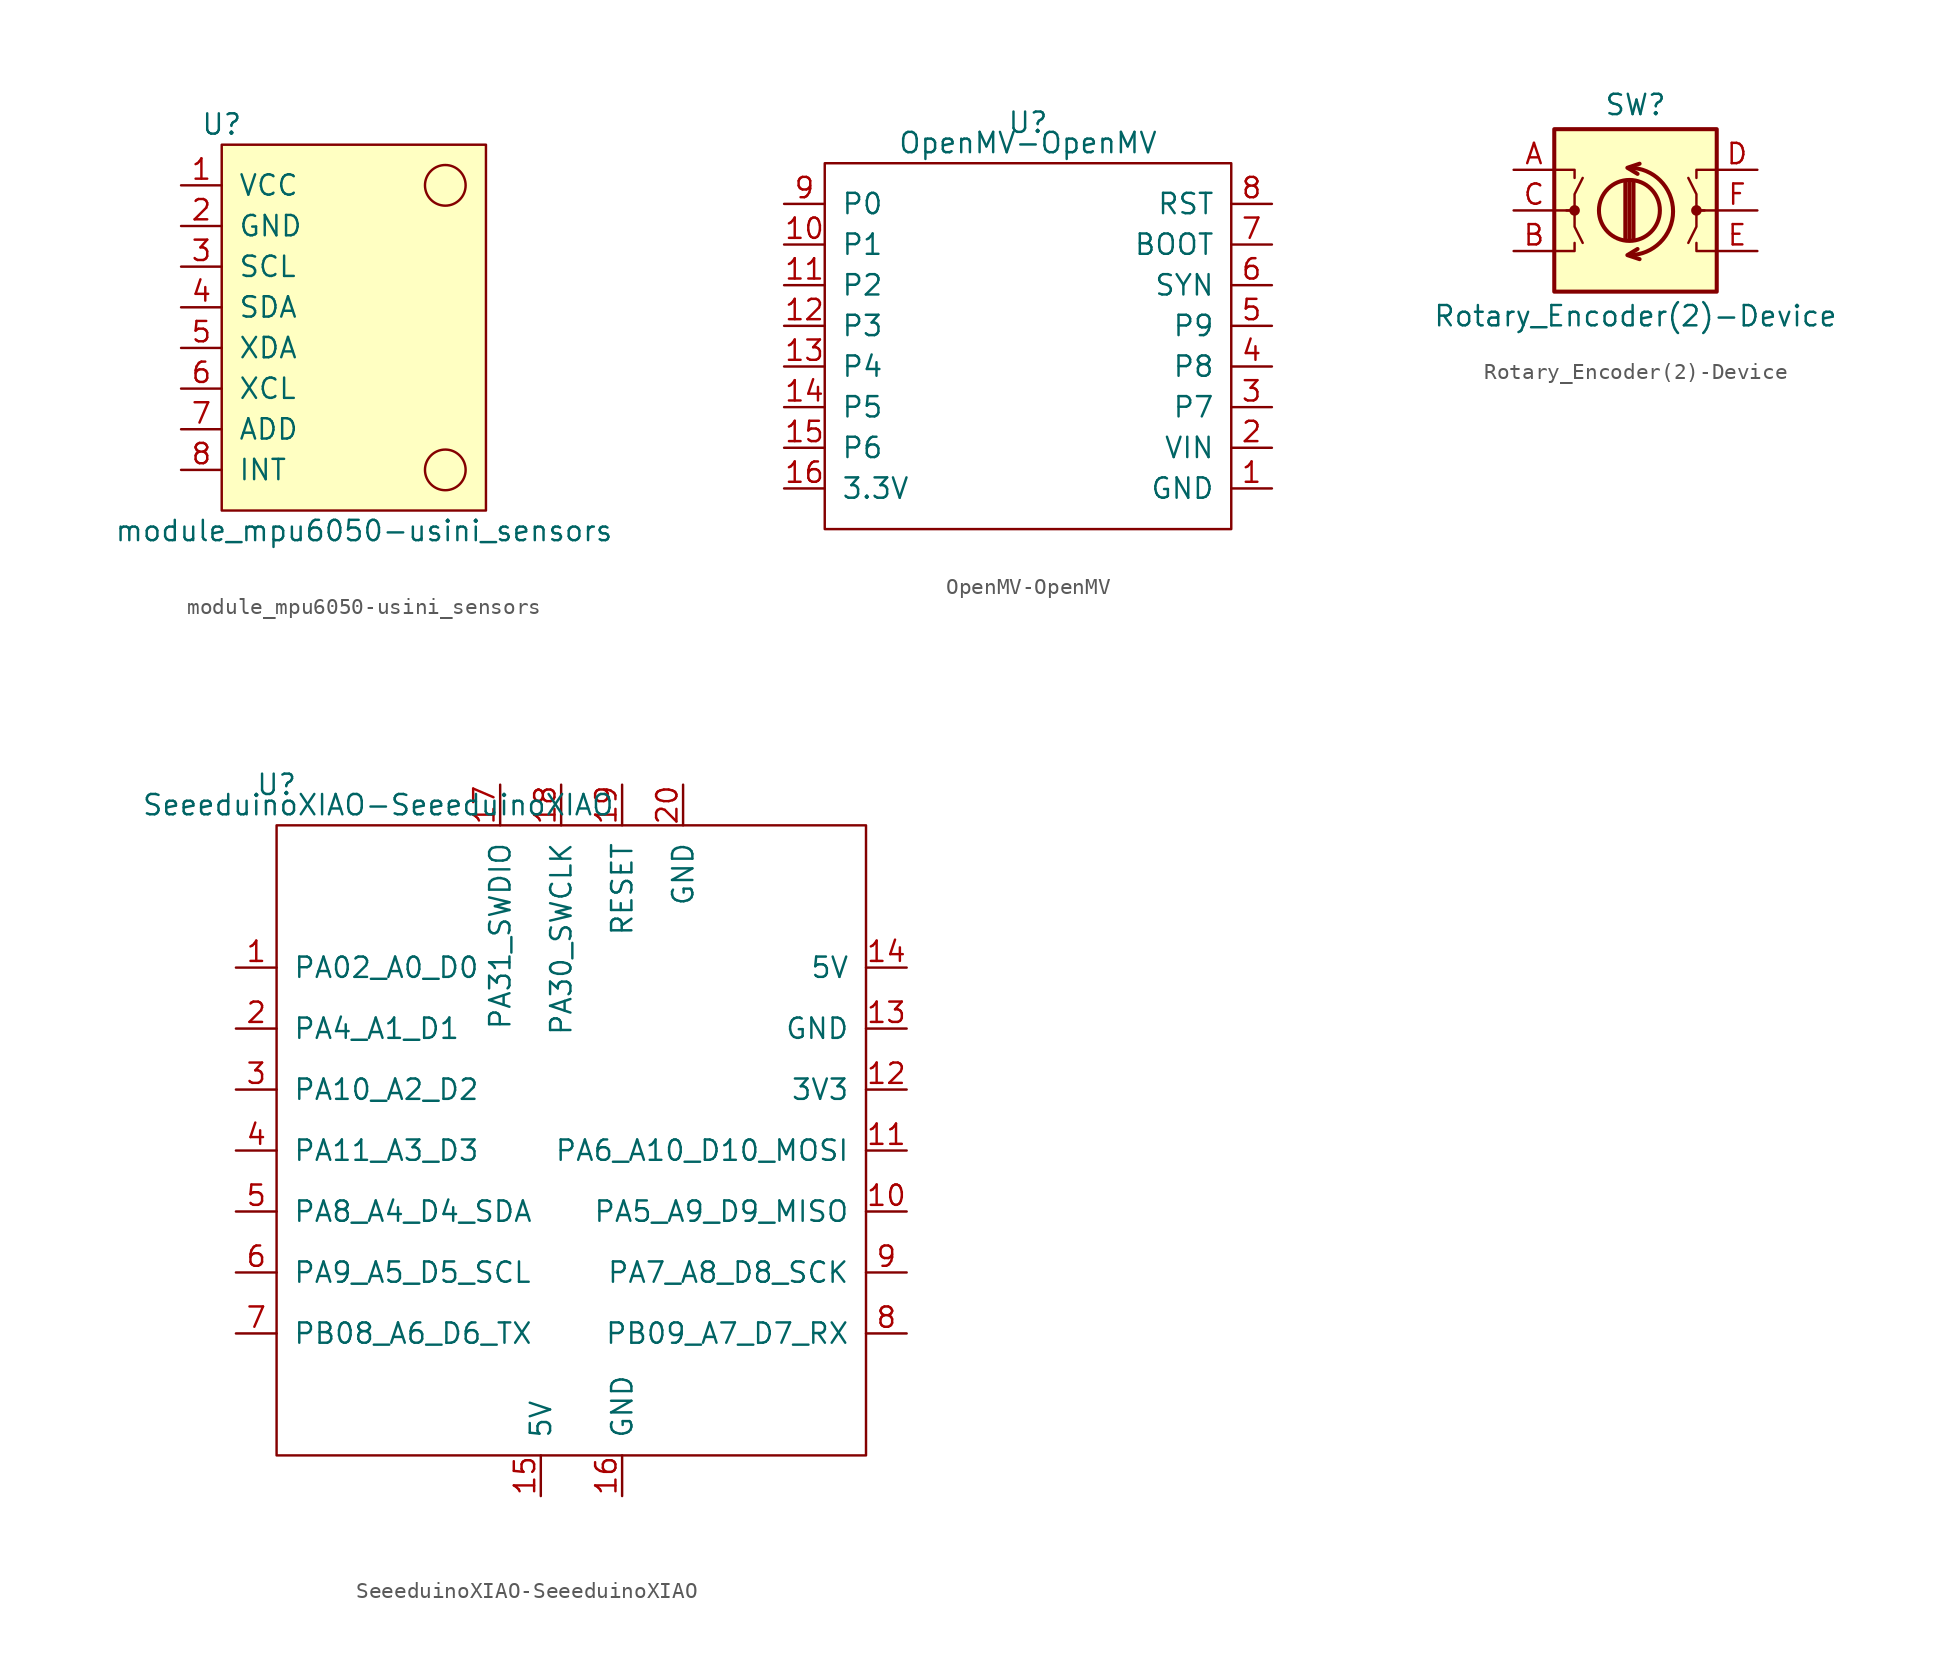
<source format=kicad_sym>
(kicad_symbol_lib
  (version 20211014)
  (generator kicad_symbol_editor)
  (symbol "module_mpu6050-usini_sensors"
    (pin_names
      (offset 1.016))
    (property "Reference" "U"
      (at 2.54 21.59 0)
      (effects (font (size 1.27 1.27))))
    (property "Value" "module_mpu6050-usini_sensors"
      (at 11.43 -3.81 0)
      (effects (font (size 1.27 1.27))))
    (symbol "module_mpu6050-usini_sensors_0_1"
      (rectangle (start 2.54 20.32) (end 19.05 -2.54) (stroke (width 0) (type default) (color 0 0 0 0)) (fill (type background)))
      (circle (center 16.51 0) (radius 1.27) (stroke (width 0) (type default) (color 0 0 0 0)) (fill (type none)))
      (circle (center 16.51 17.78) (radius 1.27) (stroke (width 0) (type default) (color 0 0 0 0)) (fill (type none))))
    (symbol "module_mpu6050-usini_sensors_1_1"
      (pin input line (at 0 17.78 0) (length 2.54) (name "VCC" (effects (font (size 1.27 1.27)))) (number "1" (effects (font (size 1.27 1.27)))))
      (pin input line (at 0 15.24 0) (length 2.54) (name "GND" (effects (font (size 1.27 1.27)))) (number "2" (effects (font (size 1.27 1.27)))))
      (pin input line (at 0 12.7 0) (length 2.54) (name "SCL" (effects (font (size 1.27 1.27)))) (number "3" (effects (font (size 1.27 1.27)))))
      (pin input line (at 0 10.16 0) (length 2.54) (name "SDA" (effects (font (size 1.27 1.27)))) (number "4" (effects (font (size 1.27 1.27)))))
      (pin input line (at 0 7.62 0) (length 2.54) (name "XDA" (effects (font (size 1.27 1.27)))) (number "5" (effects (font (size 1.27 1.27)))))
      (pin input line (at 0 5.08 0) (length 2.54) (name "XCL" (effects (font (size 1.27 1.27)))) (number "6" (effects (font (size 1.27 1.27)))))
      (pin input line (at 0 2.54 0) (length 2.54) (name "ADD" (effects (font (size 1.27 1.27)))) (number "7" (effects (font (size 1.27 1.27)))))
      (pin input line (at 0 0 0) (length 2.54) (name "INT" (effects (font (size 1.27 1.27)))) (number "8" (effects (font (size 1.27 1.27)))))))
  (symbol "OpenMV-OpenMV"
    (pin_names
      (offset 1.016))
    (property "Reference" "U"
      (at 0 8.89 0)
      (effects (font (size 1.27 1.27))))
    (property "Value" "OpenMV-OpenMV"
      (at 0 7.62 0)
      (effects (font (size 1.27 1.27))))
    (symbol "OpenMV-OpenMV_0_1"
      (rectangle (start -12.7 6.35) (end 12.7 -16.51) (stroke (width 0) (type default) (color 0 0 0 0)) (fill (type none))))
    (symbol "OpenMV-OpenMV_1_1"
      (pin power_in line (at 15.24 -13.97 180) (length 2.54) (name "GND" (effects (font (size 1.27 1.27)))) (number "1" (effects (font (size 1.27 1.27)))))
      (pin unspecified line (at -15.24 1.27 0) (length 2.54) (name "P1" (effects (font (size 1.27 1.27)))) (number "10" (effects (font (size 1.27 1.27)))))
      (pin unspecified line (at -15.24 -1.27 0) (length 2.54) (name "P2" (effects (font (size 1.27 1.27)))) (number "11" (effects (font (size 1.27 1.27)))))
      (pin unspecified line (at -15.24 -3.81 0) (length 2.54) (name "P3" (effects (font (size 1.27 1.27)))) (number "12" (effects (font (size 1.27 1.27)))))
      (pin unspecified line (at -15.24 -6.35 0) (length 2.54) (name "P4" (effects (font (size 1.27 1.27)))) (number "13" (effects (font (size 1.27 1.27)))))
      (pin unspecified line (at -15.24 -8.89 0) (length 2.54) (name "P5" (effects (font (size 1.27 1.27)))) (number "14" (effects (font (size 1.27 1.27)))))
      (pin unspecified line (at -15.24 -11.43 0) (length 2.54) (name "P6" (effects (font (size 1.27 1.27)))) (number "15" (effects (font (size 1.27 1.27)))))
      (pin unspecified line (at -15.24 -13.97 0) (length 2.54) (name "3.3V" (effects (font (size 1.27 1.27)))) (number "16" (effects (font (size 1.27 1.27)))))
      (pin power_in line (at 15.24 -11.43 180) (length 2.54) (name "VIN" (effects (font (size 1.27 1.27)))) (number "2" (effects (font (size 1.27 1.27)))))
      (pin unspecified line (at 15.24 -8.89 180) (length 2.54) (name "P7" (effects (font (size 1.27 1.27)))) (number "3" (effects (font (size 1.27 1.27)))))
      (pin unspecified line (at 15.24 -6.35 180) (length 2.54) (name "P8" (effects (font (size 1.27 1.27)))) (number "4" (effects (font (size 1.27 1.27)))))
      (pin unspecified line (at 15.24 -3.81 180) (length 2.54) (name "P9" (effects (font (size 1.27 1.27)))) (number "5" (effects (font (size 1.27 1.27)))))
      (pin unspecified line (at 15.24 -1.27 180) (length 2.54) (name "SYN" (effects (font (size 1.27 1.27)))) (number "6" (effects (font (size 1.27 1.27)))))
      (pin unspecified line (at 15.24 1.27 180) (length 2.54) (name "BOOT" (effects (font (size 1.27 1.27)))) (number "7" (effects (font (size 1.27 1.27)))))
      (pin unspecified line (at 15.24 3.81 180) (length 2.54) (name "RST" (effects (font (size 1.27 1.27)))) (number "8" (effects (font (size 1.27 1.27)))))
      (pin unspecified line (at -15.24 3.81 0) (length 2.54) (name "P0" (effects (font (size 1.27 1.27)))) (number "9" (effects (font (size 1.27 1.27)))))))
  (symbol "Rotary_Encoder(2)-Device"
    (pin_names
      (offset 0.254) hide)
    (property "Reference" "SW"
      (at 0 6.604 0)
      (effects (font (size 1.27 1.27))))
    (property "Value" "Rotary_Encoder(2)-Device"
      (at 0 -6.604 0)
      (effects (font (size 1.27 1.27))))
    (symbol "Rotary_Encoder(2)-Device_0_1"
      (rectangle (start -5.08 5.08) (end 5.08 -5.08) (stroke (width 0.254) (type default) (color 0 0 0 0)) (fill (type background)))
      (circle (center -3.81 0) (radius 0.254) (stroke (width 0) (type default) (color 0 0 0 0)) (fill (type outline)))
      (arc (start -0.381 -2.794) (mid 2.3622 -0.0508) (end -0.381 2.667) (stroke (width 0.254) (type default) (color 0 0 0 0)) (fill (type none)))
      (circle (center -0.381 0) (radius 1.905) (stroke (width 0.254) (type default) (color 0 0 0 0)) (fill (type none)))
      (polyline (pts (xy -0.635 -1.778) (xy -0.635 1.778)) (stroke (width 0.254) (type default) (color 0 0 0 0)) (fill (type none)))
      (polyline (pts (xy -0.381 -1.778) (xy -0.381 1.778)) (stroke (width 0.254) (type default) (color 0 0 0 0)) (fill (type none)))
      (polyline (pts (xy -0.127 1.778) (xy -0.127 -1.778)) (stroke (width 0.254) (type default) (color 0 0 0 0)) (fill (type none)))
      (polyline (pts (xy -5.08 -2.54) (xy -3.81 -2.54) (xy -3.81 -2.032)) (stroke (width 0) (type default) (color 0 0 0 0)) (fill (type none)))
      (polyline (pts (xy -5.08 2.54) (xy -3.81 2.54) (xy -3.81 2.032)) (stroke (width 0) (type default) (color 0 0 0 0)) (fill (type none)))
      (polyline (pts (xy 0.254 -3.048) (xy -0.508 -2.794) (xy 0.127 -2.413)) (stroke (width 0.254) (type default) (color 0 0 0 0)) (fill (type none)))
      (polyline (pts (xy 0.254 2.921) (xy -0.508 2.667) (xy 0.127 2.286)) (stroke (width 0.254) (type default) (color 0 0 0 0)) (fill (type none)))
      (polyline (pts (xy -5.08 0) (xy -3.81 0) (xy -3.81 -1.016) (xy -3.302 -2.032)) (stroke (width 0) (type default) (color 0 0 0 0)) (fill (type none)))
      (polyline (pts (xy -4.318 0) (xy -3.81 0) (xy -3.81 1.016) (xy -3.302 2.032)) (stroke (width 0) (type default) (color 0 0 0 0)) (fill (type none))))
    (symbol "Rotary_Encoder(2)-Device_1_1"
      (polyline (pts (xy 5.08 -2.54) (xy 3.81 -2.54) (xy 3.81 -2.032)) (stroke (width 0) (type default) (color 0 0 0 0)) (fill (type none)))
      (polyline (pts (xy 5.08 2.54) (xy 3.81 2.54) (xy 3.81 2.032)) (stroke (width 0) (type default) (color 0 0 0 0)) (fill (type none)))
      (polyline (pts (xy 4.318 0) (xy 3.81 0) (xy 3.81 -1.016) (xy 3.302 -2.032)) (stroke (width 0) (type default) (color 0 0 0 0)) (fill (type none)))
      (polyline (pts (xy 5.08 0) (xy 3.81 0) (xy 3.81 1.016) (xy 3.302 2.032)) (stroke (width 0) (type default) (color 0 0 0 0)) (fill (type none)))
      (circle (center 3.81 0) (radius 0.254) (stroke (width 0) (type default) (color 0 0 0 0)) (fill (type outline)))
      (pin passive line (at -7.62 2.54 0) (length 2.54) (name "A" (effects (font (size 1.27 1.27)))) (number "A" (effects (font (size 1.27 1.27)))))
      (pin passive line (at -7.62 -2.54 0) (length 2.54) (name "B" (effects (font (size 1.27 1.27)))) (number "B" (effects (font (size 1.27 1.27)))))
      (pin passive line (at -7.62 0 0) (length 2.54) (name "C" (effects (font (size 1.27 1.27)))) (number "C" (effects (font (size 1.27 1.27)))))
      (pin passive line (at 7.62 2.54 180) (length 2.54) (name "D" (effects (font (size 1.27 1.27)))) (number "D" (effects (font (size 1.27 1.27)))))
      (pin passive line (at 7.62 -2.54 180) (length 2.54) (name "E" (effects (font (size 1.27 1.27)))) (number "E" (effects (font (size 1.27 1.27)))))
      (pin passive line (at 7.62 0 180) (length 2.54) (name "F" (effects (font (size 1.27 1.27)))) (number "F" (effects (font (size 1.27 1.27)))))))
  (symbol "SeeeduinoXIAO-SeeeduinoXIAO"
    (pin_names
      (offset 1.016))
    (property "Reference" "U"
      (at -19.05 22.86 0)
      (effects (font (size 1.27 1.27))))
    (property "Value" "SeeeduinoXIAO-SeeeduinoXIAO"
      (at -12.7 21.59 0)
      (effects (font (size 1.27 1.27))))
    (symbol "SeeeduinoXIAO-SeeeduinoXIAO_0_1"
      (rectangle (start -19.05 20.32) (end 17.78 -19.05) (stroke (width 0) (type default) (color 0 0 0 0)) (fill (type none))))
    (symbol "SeeeduinoXIAO-SeeeduinoXIAO_1_1"
      (pin unspecified line (at -21.59 11.43 0) (length 2.54) (name "PA02_A0_D0" (effects (font (size 1.27 1.27)))) (number "1" (effects (font (size 1.27 1.27)))))
      (pin unspecified line (at 20.32 -3.81 180) (length 2.54) (name "PA5_A9_D9_MISO" (effects (font (size 1.27 1.27)))) (number "10" (effects (font (size 1.27 1.27)))))
      (pin unspecified line (at 20.32 0 180) (length 2.54) (name "PA6_A10_D10_MOSI" (effects (font (size 1.27 1.27)))) (number "11" (effects (font (size 1.27 1.27)))))
      (pin unspecified line (at 20.32 3.81 180) (length 2.54) (name "3V3" (effects (font (size 1.27 1.27)))) (number "12" (effects (font (size 1.27 1.27)))))
      (pin unspecified line (at 20.32 7.62 180) (length 2.54) (name "GND" (effects (font (size 1.27 1.27)))) (number "13" (effects (font (size 1.27 1.27)))))
      (pin unspecified line (at 20.32 11.43 180) (length 2.54) (name "5V" (effects (font (size 1.27 1.27)))) (number "14" (effects (font (size 1.27 1.27)))))
      (pin input line (at -2.54 -21.59 90) (length 2.54) (name "5V" (effects (font (size 1.27 1.27)))) (number "15" (effects (font (size 1.27 1.27)))))
      (pin input line (at 2.54 -21.59 90) (length 2.54) (name "GND" (effects (font (size 1.27 1.27)))) (number "16" (effects (font (size 1.27 1.27)))))
      (pin input line (at -5.08 22.86 270) (length 2.54) (name "PA31_SWDIO" (effects (font (size 1.27 1.27)))) (number "17" (effects (font (size 1.27 1.27)))))
      (pin input line (at -1.27 22.86 270) (length 2.54) (name "PA30_SWCLK" (effects (font (size 1.27 1.27)))) (number "18" (effects (font (size 1.27 1.27)))))
      (pin input line (at 2.54 22.86 270) (length 2.54) (name "RESET" (effects (font (size 1.27 1.27)))) (number "19" (effects (font (size 1.27 1.27)))))
      (pin unspecified line (at -21.59 7.62 0) (length 2.54) (name "PA4_A1_D1" (effects (font (size 1.27 1.27)))) (number "2" (effects (font (size 1.27 1.27)))))
      (pin input line (at 6.35 22.86 270) (length 2.54) (name "GND" (effects (font (size 1.27 1.27)))) (number "20" (effects (font (size 1.27 1.27)))))
      (pin unspecified line (at -21.59 3.81 0) (length 2.54) (name "PA10_A2_D2" (effects (font (size 1.27 1.27)))) (number "3" (effects (font (size 1.27 1.27)))))
      (pin unspecified line (at -21.59 0 0) (length 2.54) (name "PA11_A3_D3" (effects (font (size 1.27 1.27)))) (number "4" (effects (font (size 1.27 1.27)))))
      (pin unspecified line (at -21.59 -3.81 0) (length 2.54) (name "PA8_A4_D4_SDA" (effects (font (size 1.27 1.27)))) (number "5" (effects (font (size 1.27 1.27)))))
      (pin unspecified line (at -21.59 -7.62 0) (length 2.54) (name "PA9_A5_D5_SCL" (effects (font (size 1.27 1.27)))) (number "6" (effects (font (size 1.27 1.27)))))
      (pin unspecified line (at -21.59 -11.43 0) (length 2.54) (name "PB08_A6_D6_TX" (effects (font (size 1.27 1.27)))) (number "7" (effects (font (size 1.27 1.27)))))
      (pin unspecified line (at 20.32 -11.43 180) (length 2.54) (name "PB09_A7_D7_RX" (effects (font (size 1.27 1.27)))) (number "8" (effects (font (size 1.27 1.27)))))
      (pin unspecified line (at 20.32 -7.62 180) (length 2.54) (name "PA7_A8_D8_SCK" (effects (font (size 1.27 1.27)))) (number "9" (effects (font (size 1.27 1.27))))))))
</source>
